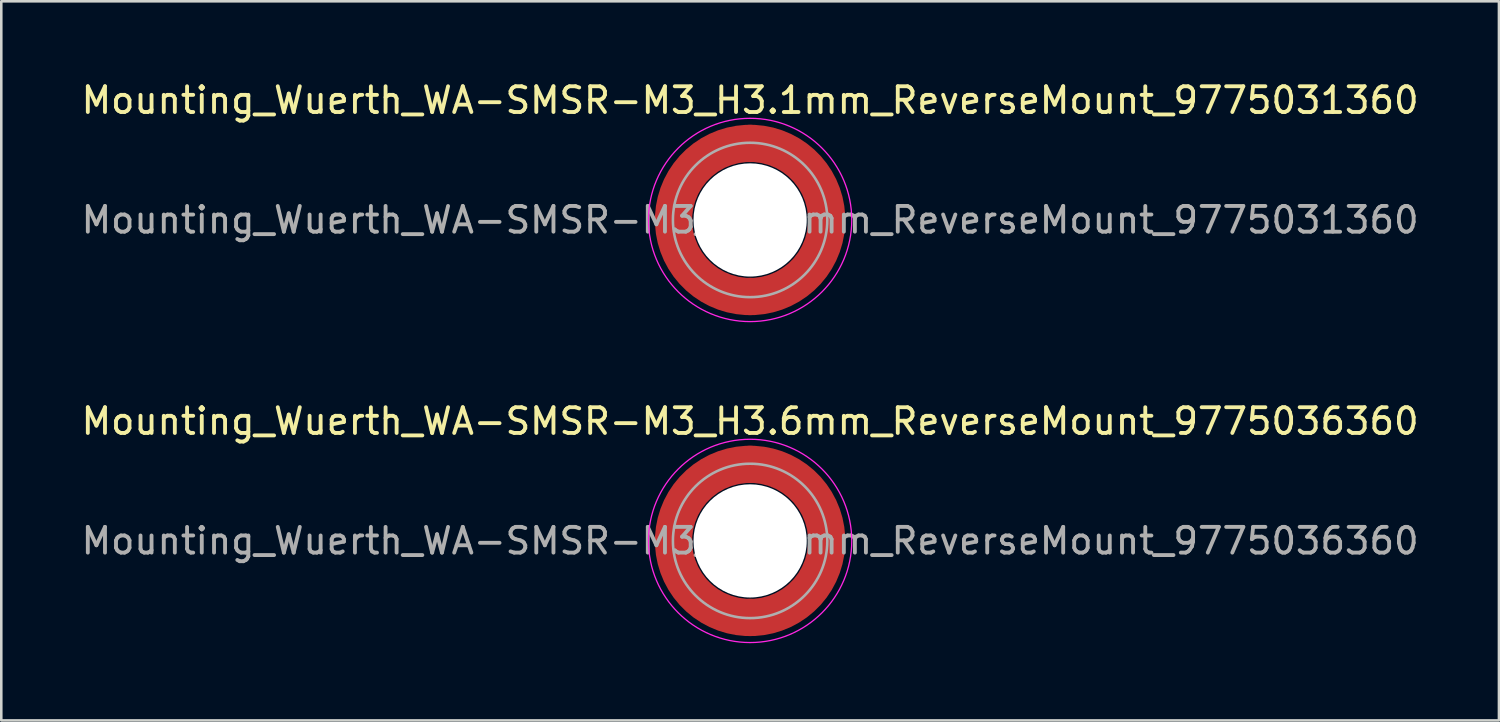
<source format=kicad_pcb>
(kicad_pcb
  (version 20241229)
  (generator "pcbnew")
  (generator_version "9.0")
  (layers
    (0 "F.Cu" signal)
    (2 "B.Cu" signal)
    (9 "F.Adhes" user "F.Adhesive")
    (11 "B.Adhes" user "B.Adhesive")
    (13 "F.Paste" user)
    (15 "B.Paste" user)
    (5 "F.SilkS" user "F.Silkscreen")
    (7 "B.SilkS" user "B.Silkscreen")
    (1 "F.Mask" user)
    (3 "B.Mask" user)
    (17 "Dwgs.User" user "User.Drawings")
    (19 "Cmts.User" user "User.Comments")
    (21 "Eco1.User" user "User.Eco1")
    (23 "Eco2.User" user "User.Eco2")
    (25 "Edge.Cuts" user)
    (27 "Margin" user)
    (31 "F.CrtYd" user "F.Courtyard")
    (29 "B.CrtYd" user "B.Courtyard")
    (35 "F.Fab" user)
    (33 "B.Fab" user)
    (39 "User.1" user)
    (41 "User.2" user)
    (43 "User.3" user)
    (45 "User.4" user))
  (footprint "Mounting_Wuerth_WA-SMSR-M3_H3.6mm_ReverseMount_9775036360"
    (layer "F.Cu")
    (at 26.101 17.971)
    (property "Reference" "Mounting_Wuerth_WA-SMSR-M3_H3.6mm_ReverseMount_9775036360" (at 0 -4.65 0) (layer "F.SilkS") (effects (font (size 1 1) (thickness 0.15))))
    (attr smd)
    (fp_circle (center 0 0) (end 3.95 0) (stroke (width 0.05) (type solid)) (fill no) (layer "F.CrtYd"))
    (fp_circle (center 0 0) (end 3 0) (stroke (width 0.1) (type solid)) (fill no) (layer "F.Fab"))
    (fp_text user "${REFERENCE}" (at 0 0 0) (layer "F.Fab") (effects (font (size 1 1) (thickness 0.15))))
    (pad "" smd custom (at -2.095 -2.095) (size 0.672 0.672) (layers "F.Paste") (options (anchor circle)) (primitives (gr_arc (start -0.24231 1.594804) (mid 0.404819 0.404819) (end 1.594804 -0.24231) (width 0.2)) (gr_arc (start -0.3398 1.594804) (mid 0.337349 0.337349) (end 1.594804 -0.3398) (width 0.2)) (gr_arc (start -0.437132 1.594804) (mid 0.269879 0.269879) (end 1.594804 -0.437132) (width 0.2)) (gr_arc (start -0.534324 1.594804) (mid 0.202409 0.202409) (end 1.594804 -0.534324) (width 0.2)) (gr_arc (start -0.631391 1.594804) (mid 0.134939 0.134939) (end 1.594804 -0.631391) (width 0.2)) (gr_arc (start -0.728345 1.594804) (mid 0.06747 0.06747) (end 1.594804 -0.728345) (width 0.2)) (gr_arc (start -0.825197 1.594804) (mid 0 0) (end 1.594804 -0.825197) (width 0.2)) (gr_arc (start -0.921958 1.594804) (mid -0.067469 -0.067469) (end 1.594804 -0.921958) (width 0.2)) (gr_arc (start -1.018637 1.594804) (mid -0.13494 -0.13494) (end 1.594804 -1.018637) (width 0.2)) (gr_arc (start -1.115239 1.594804) (mid -0.202409 -0.202409) (end 1.594804 -1.115239) (width 0.2)) (gr_arc (start -1.211773 1.594804) (mid -0.269879 -0.269879) (end 1.594804 -1.211773) (width 0.2)) (gr_arc (start -1.308244 1.594804) (mid -0.337349 -0.337349) (end 1.594804 -1.308244) (width 0.2)) (gr_arc (start -1.404657 1.594804) (mid -0.404819 -0.404819) (end 1.594804 -1.404657) (width 0.2)) (gr_arc (start -1.404657 1.594804) (mid -0.404819 -0.404819) (end 1.594804 -1.404657) (width 0.2)) (gr_line (start 1.595 -0.242) (end 1.595 -1.405) (width 0.2)) (gr_line (start -0.242 1.595) (end -1.405 1.595) (width 0.2))))
    (pad "" smd custom (at -2.095 2.095) (size 0.672 0.672) (layers "F.Paste") (options (anchor circle)) (primitives (gr_arc (start 1.594804 0.24231) (mid 0.404819 -0.404819) (end -0.24231 -1.594804) (width 0.2)) (gr_arc (start 1.594804 0.3398) (mid 0.337349 -0.337349) (end -0.3398 -1.594804) (width 0.2)) (gr_arc (start 1.594804 0.437132) (mid 0.269879 -0.269879) (end -0.437132 -1.594804) (width 0.2)) (gr_arc (start 1.594804 0.534324) (mid 0.202409 -0.202409) (end -0.534324 -1.594804) (width 0.2)) (gr_arc (start 1.594804 0.631391) (mid 0.134939 -0.134939) (end -0.631391 -1.594804) (width 0.2)) (gr_arc (start 1.594804 0.728345) (mid 0.06747 -0.06747) (end -0.728345 -1.594804) (width 0.2)) (gr_arc (start 1.594804 0.825197) (mid 0 0) (end -0.825197 -1.594804) (width 0.2)) (gr_arc (start 1.594804 0.921958) (mid -0.067469 0.067469) (end -0.921958 -1.594804) (width 0.2)) (gr_arc (start 1.594804 1.018637) (mid -0.13494 0.13494) (end -1.018637 -1.594804) (width 0.2)) (gr_arc (start 1.594804 1.115239) (mid -0.202409 0.202409) (end -1.115239 -1.594804) (width 0.2)) (gr_arc (start 1.594804 1.211773) (mid -0.269879 0.269879) (end -1.211773 -1.594804) (width 0.2)) (gr_arc (start 1.594804 1.308244) (mid -0.337349 0.337349) (end -1.308244 -1.594804) (width 0.2)) (gr_arc (start 1.594804 1.404657) (mid -0.404819 0.404819) (end -1.404657 -1.594804) (width 0.2)) (gr_arc (start 1.594804 1.404657) (mid -0.404819 0.404819) (end -1.404657 -1.594804) (width 0.2)) (gr_line (start -0.242 -1.595) (end -1.405 -1.595) (width 0.2)) (gr_line (start 1.595 0.242) (end 1.595 1.405) (width 0.2))))
    (pad "" np_thru_hole circle (at 0 0) (size 4.4 4.4) (drill 4.4) (layers "*.Cu" "*.Mask"))
    (pad "" smd custom (at 2.095 -2.095) (size 0.672 0.672) (layers "F.Paste") (options (anchor circle)) (primitives (gr_arc (start -1.594804 -0.24231) (mid -0.404819 0.404819) (end 0.24231 1.594804) (width 0.2)) (gr_arc (start -1.594804 -0.3398) (mid -0.337349 0.337349) (end 0.3398 1.594804) (width 0.2)) (gr_arc (start -1.594804 -0.437132) (mid -0.269879 0.269879) (end 0.437132 1.594804) (width 0.2)) (gr_arc (start -1.594804 -0.534324) (mid -0.202409 0.202409) (end 0.534324 1.594804) (width 0.2)) (gr_arc (start -1.594804 -0.631391) (mid -0.134939 0.134939) (end 0.631391 1.594804) (width 0.2)) (gr_arc (start -1.594804 -0.728345) (mid -0.06747 0.06747) (end 0.728345 1.594804) (width 0.2)) (gr_arc (start -1.594804 -0.825197) (mid 0 0) (end 0.825197 1.594804) (width 0.2)) (gr_arc (start -1.594804 -0.921958) (mid 0.067469 -0.067469) (end 0.921958 1.594804) (width 0.2)) (gr_arc (start -1.594804 -1.018637) (mid 0.13494 -0.13494) (end 1.018637 1.594804) (width 0.2)) (gr_arc (start -1.594804 -1.115239) (mid 0.202409 -0.202409) (end 1.115239 1.594804) (width 0.2)) (gr_arc (start -1.594804 -1.211773) (mid 0.269879 -0.269879) (end 1.211773 1.594804) (width 0.2)) (gr_arc (start -1.594804 -1.308244) (mid 0.337349 -0.337349) (end 1.308244 1.594804) (width 0.2)) (gr_arc (start -1.594804 -1.404657) (mid 0.404819 -0.404819) (end 1.404657 1.594804) (width 0.2)) (gr_arc (start -1.594804 -1.404657) (mid 0.404819 -0.404819) (end 1.404657 1.594804) (width 0.2)) (gr_line (start 0.242 1.595) (end 1.405 1.595) (width 0.2)) (gr_line (start -1.595 -0.242) (end -1.595 -1.405) (width 0.2))))
    (pad "" smd custom (at 2.095 2.095) (size 0.672 0.672) (layers "F.Paste") (options (anchor circle)) (primitives (gr_arc (start 0.24231 -1.594804) (mid -0.404819 -0.404819) (end -1.594804 0.24231) (width 0.2)) (gr_arc (start 0.3398 -1.594804) (mid -0.337349 -0.337349) (end -1.594804 0.3398) (width 0.2)) (gr_arc (start 0.437132 -1.594804) (mid -0.269879 -0.269879) (end -1.594804 0.437132) (width 0.2)) (gr_arc (start 0.534324 -1.594804) (mid -0.202409 -0.202409) (end -1.594804 0.534324) (width 0.2)) (gr_arc (start 0.631391 -1.594804) (mid -0.134939 -0.134939) (end -1.594804 0.631391) (width 0.2)) (gr_arc (start 0.728345 -1.594804) (mid -0.06747 -0.06747) (end -1.594804 0.728345) (width 0.2)) (gr_arc (start 0.825197 -1.594804) (mid 0 0) (end -1.594804 0.825197) (width 0.2)) (gr_arc (start 0.921958 -1.594804) (mid 0.067469 0.067469) (end -1.594804 0.921958) (width 0.2)) (gr_arc (start 1.018637 -1.594804) (mid 0.13494 0.13494) (end -1.594804 1.018637) (width 0.2)) (gr_arc (start 1.115239 -1.594804) (mid 0.202409 0.202409) (end -1.594804 1.115239) (width 0.2)) (gr_arc (start 1.211773 -1.594804) (mid 0.269879 0.269879) (end -1.594804 1.211773) (width 0.2)) (gr_arc (start 1.308244 -1.594804) (mid 0.337349 0.337349) (end -1.594804 1.308244) (width 0.2)) (gr_arc (start 1.404657 -1.594804) (mid 0.404819 0.404819) (end -1.594804 1.404657) (width 0.2)) (gr_arc (start 1.404657 -1.594804) (mid 0.404819 0.404819) (end -1.594804 1.404657) (width 0.2)) (gr_line (start -1.595 0.242) (end -1.595 1.405) (width 0.2)) (gr_line (start 0.242 -1.595) (end 1.405 -1.595) (width 0.2))))
    (pad "1" smd circle (at -2.975 0) (size 1.45 1.45) (layers "F.Cu"))
    (pad "1" smd circle (at 0 -2.975) (size 1.45 1.45) (layers "F.Cu"))
    (pad "1" smd circle (at 0 2.975) (size 1.45 1.45) (layers "F.Cu"))
    (pad "1" smd custom (at 2.975 0) (size 1.45 1.45) (layers "F.Cu" "F.Mask") (options (anchor circle)) (primitives (gr_circle (center -2.975 0) (end 0 0) (width 1.45) (fill no)))))
  (footprint "Mounting_Wuerth_WA-SMSR-M3_H3.1mm_ReverseMount_9775031360"
    (layer "F.Cu")
    (at 26.101 5.498)
    (property "Reference" "Mounting_Wuerth_WA-SMSR-M3_H3.1mm_ReverseMount_9775031360" (at 0 -4.65 0) (layer "F.SilkS") (effects (font (size 1 1) (thickness 0.15))))
    (attr smd)
    (fp_circle (center 0 0) (end 3.95 0) (stroke (width 0.05) (type solid)) (fill no) (layer "F.CrtYd"))
    (fp_circle (center 0 0) (end 3 0) (stroke (width 0.1) (type solid)) (fill no) (layer "F.Fab"))
    (fp_text user "${REFERENCE}" (at 0 0 0) (layer "F.Fab") (effects (font (size 1 1) (thickness 0.15))))
    (pad "" smd custom (at -2.095 -2.095) (size 0.672 0.672) (layers "F.Paste") (options (anchor circle)) (primitives (gr_arc (start -0.24231 1.594804) (mid 0.404819 0.404819) (end 1.594804 -0.24231) (width 0.2)) (gr_arc (start -0.3398 1.594804) (mid 0.337349 0.337349) (end 1.594804 -0.3398) (width 0.2)) (gr_arc (start -0.437132 1.594804) (mid 0.269879 0.269879) (end 1.594804 -0.437132) (width 0.2)) (gr_arc (start -0.534324 1.594804) (mid 0.202409 0.202409) (end 1.594804 -0.534324) (width 0.2)) (gr_arc (start -0.631391 1.594804) (mid 0.134939 0.134939) (end 1.594804 -0.631391) (width 0.2)) (gr_arc (start -0.728345 1.594804) (mid 0.06747 0.06747) (end 1.594804 -0.728345) (width 0.2)) (gr_arc (start -0.825197 1.594804) (mid 0 0) (end 1.594804 -0.825197) (width 0.2)) (gr_arc (start -0.921958 1.594804) (mid -0.067469 -0.067469) (end 1.594804 -0.921958) (width 0.2)) (gr_arc (start -1.018637 1.594804) (mid -0.13494 -0.13494) (end 1.594804 -1.018637) (width 0.2)) (gr_arc (start -1.115239 1.594804) (mid -0.202409 -0.202409) (end 1.594804 -1.115239) (width 0.2)) (gr_arc (start -1.211773 1.594804) (mid -0.269879 -0.269879) (end 1.594804 -1.211773) (width 0.2)) (gr_arc (start -1.308244 1.594804) (mid -0.337349 -0.337349) (end 1.594804 -1.308244) (width 0.2)) (gr_arc (start -1.404657 1.594804) (mid -0.404819 -0.404819) (end 1.594804 -1.404657) (width 0.2)) (gr_arc (start -1.404657 1.594804) (mid -0.404819 -0.404819) (end 1.594804 -1.404657) (width 0.2)) (gr_line (start 1.595 -0.242) (end 1.595 -1.405) (width 0.2)) (gr_line (start -0.242 1.595) (end -1.405 1.595) (width 0.2))))
    (pad "" smd custom (at -2.095 2.095) (size 0.672 0.672) (layers "F.Paste") (options (anchor circle)) (primitives (gr_arc (start 1.594804 0.24231) (mid 0.404819 -0.404819) (end -0.24231 -1.594804) (width 0.2)) (gr_arc (start 1.594804 0.3398) (mid 0.337349 -0.337349) (end -0.3398 -1.594804) (width 0.2)) (gr_arc (start 1.594804 0.437132) (mid 0.269879 -0.269879) (end -0.437132 -1.594804) (width 0.2)) (gr_arc (start 1.594804 0.534324) (mid 0.202409 -0.202409) (end -0.534324 -1.594804) (width 0.2)) (gr_arc (start 1.594804 0.631391) (mid 0.134939 -0.134939) (end -0.631391 -1.594804) (width 0.2)) (gr_arc (start 1.594804 0.728345) (mid 0.06747 -0.06747) (end -0.728345 -1.594804) (width 0.2)) (gr_arc (start 1.594804 0.825197) (mid 0 0) (end -0.825197 -1.594804) (width 0.2)) (gr_arc (start 1.594804 0.921958) (mid -0.067469 0.067469) (end -0.921958 -1.594804) (width 0.2)) (gr_arc (start 1.594804 1.018637) (mid -0.13494 0.13494) (end -1.018637 -1.594804) (width 0.2)) (gr_arc (start 1.594804 1.115239) (mid -0.202409 0.202409) (end -1.115239 -1.594804) (width 0.2)) (gr_arc (start 1.594804 1.211773) (mid -0.269879 0.269879) (end -1.211773 -1.594804) (width 0.2)) (gr_arc (start 1.594804 1.308244) (mid -0.337349 0.337349) (end -1.308244 -1.594804) (width 0.2)) (gr_arc (start 1.594804 1.404657) (mid -0.404819 0.404819) (end -1.404657 -1.594804) (width 0.2)) (gr_arc (start 1.594804 1.404657) (mid -0.404819 0.404819) (end -1.404657 -1.594804) (width 0.2)) (gr_line (start -0.242 -1.595) (end -1.405 -1.595) (width 0.2)) (gr_line (start 1.595 0.242) (end 1.595 1.405) (width 0.2))))
    (pad "" np_thru_hole circle (at 0 0) (size 4.4 4.4) (drill 4.4) (layers "*.Cu" "*.Mask"))
    (pad "" smd custom (at 2.095 -2.095) (size 0.672 0.672) (layers "F.Paste") (options (anchor circle)) (primitives (gr_arc (start -1.594804 -0.24231) (mid -0.404819 0.404819) (end 0.24231 1.594804) (width 0.2)) (gr_arc (start -1.594804 -0.3398) (mid -0.337349 0.337349) (end 0.3398 1.594804) (width 0.2)) (gr_arc (start -1.594804 -0.437132) (mid -0.269879 0.269879) (end 0.437132 1.594804) (width 0.2)) (gr_arc (start -1.594804 -0.534324) (mid -0.202409 0.202409) (end 0.534324 1.594804) (width 0.2)) (gr_arc (start -1.594804 -0.631391) (mid -0.134939 0.134939) (end 0.631391 1.594804) (width 0.2)) (gr_arc (start -1.594804 -0.728345) (mid -0.06747 0.06747) (end 0.728345 1.594804) (width 0.2)) (gr_arc (start -1.594804 -0.825197) (mid 0 0) (end 0.825197 1.594804) (width 0.2)) (gr_arc (start -1.594804 -0.921958) (mid 0.067469 -0.067469) (end 0.921958 1.594804) (width 0.2)) (gr_arc (start -1.594804 -1.018637) (mid 0.13494 -0.13494) (end 1.018637 1.594804) (width 0.2)) (gr_arc (start -1.594804 -1.115239) (mid 0.202409 -0.202409) (end 1.115239 1.594804) (width 0.2)) (gr_arc (start -1.594804 -1.211773) (mid 0.269879 -0.269879) (end 1.211773 1.594804) (width 0.2)) (gr_arc (start -1.594804 -1.308244) (mid 0.337349 -0.337349) (end 1.308244 1.594804) (width 0.2)) (gr_arc (start -1.594804 -1.404657) (mid 0.404819 -0.404819) (end 1.404657 1.594804) (width 0.2)) (gr_arc (start -1.594804 -1.404657) (mid 0.404819 -0.404819) (end 1.404657 1.594804) (width 0.2)) (gr_line (start 0.242 1.595) (end 1.405 1.595) (width 0.2)) (gr_line (start -1.595 -0.242) (end -1.595 -1.405) (width 0.2))))
    (pad "" smd custom (at 2.095 2.095) (size 0.672 0.672) (layers "F.Paste") (options (anchor circle)) (primitives (gr_arc (start 0.24231 -1.594804) (mid -0.404819 -0.404819) (end -1.594804 0.24231) (width 0.2)) (gr_arc (start 0.3398 -1.594804) (mid -0.337349 -0.337349) (end -1.594804 0.3398) (width 0.2)) (gr_arc (start 0.437132 -1.594804) (mid -0.269879 -0.269879) (end -1.594804 0.437132) (width 0.2)) (gr_arc (start 0.534324 -1.594804) (mid -0.202409 -0.202409) (end -1.594804 0.534324) (width 0.2)) (gr_arc (start 0.631391 -1.594804) (mid -0.134939 -0.134939) (end -1.594804 0.631391) (width 0.2)) (gr_arc (start 0.728345 -1.594804) (mid -0.06747 -0.06747) (end -1.594804 0.728345) (width 0.2)) (gr_arc (start 0.825197 -1.594804) (mid 0 0) (end -1.594804 0.825197) (width 0.2)) (gr_arc (start 0.921958 -1.594804) (mid 0.067469 0.067469) (end -1.594804 0.921958) (width 0.2)) (gr_arc (start 1.018637 -1.594804) (mid 0.13494 0.13494) (end -1.594804 1.018637) (width 0.2)) (gr_arc (start 1.115239 -1.594804) (mid 0.202409 0.202409) (end -1.594804 1.115239) (width 0.2)) (gr_arc (start 1.211773 -1.594804) (mid 0.269879 0.269879) (end -1.594804 1.211773) (width 0.2)) (gr_arc (start 1.308244 -1.594804) (mid 0.337349 0.337349) (end -1.594804 1.308244) (width 0.2)) (gr_arc (start 1.404657 -1.594804) (mid 0.404819 0.404819) (end -1.594804 1.404657) (width 0.2)) (gr_arc (start 1.404657 -1.594804) (mid 0.404819 0.404819) (end -1.594804 1.404657) (width 0.2)) (gr_line (start -1.595 0.242) (end -1.595 1.405) (width 0.2)) (gr_line (start 0.242 -1.595) (end 1.405 -1.595) (width 0.2))))
    (pad "1" smd circle (at -2.975 0) (size 1.45 1.45) (layers "F.Cu"))
    (pad "1" smd circle (at 0 -2.975) (size 1.45 1.45) (layers "F.Cu"))
    (pad "1" smd circle (at 0 2.975) (size 1.45 1.45) (layers "F.Cu"))
    (pad "1" smd custom (at 2.975 0) (size 1.45 1.45) (layers "F.Cu" "F.Mask") (options (anchor circle)) (primitives (gr_circle (center -2.975 0) (end 0 0) (width 1.45) (fill no)))))
  (gr_rect
    (start -3 -3)
    (end 55.202 24.947)
    (stroke (width 0.1) (type default))
    (fill no)
    (layer "Edge.Cuts")))
</source>
